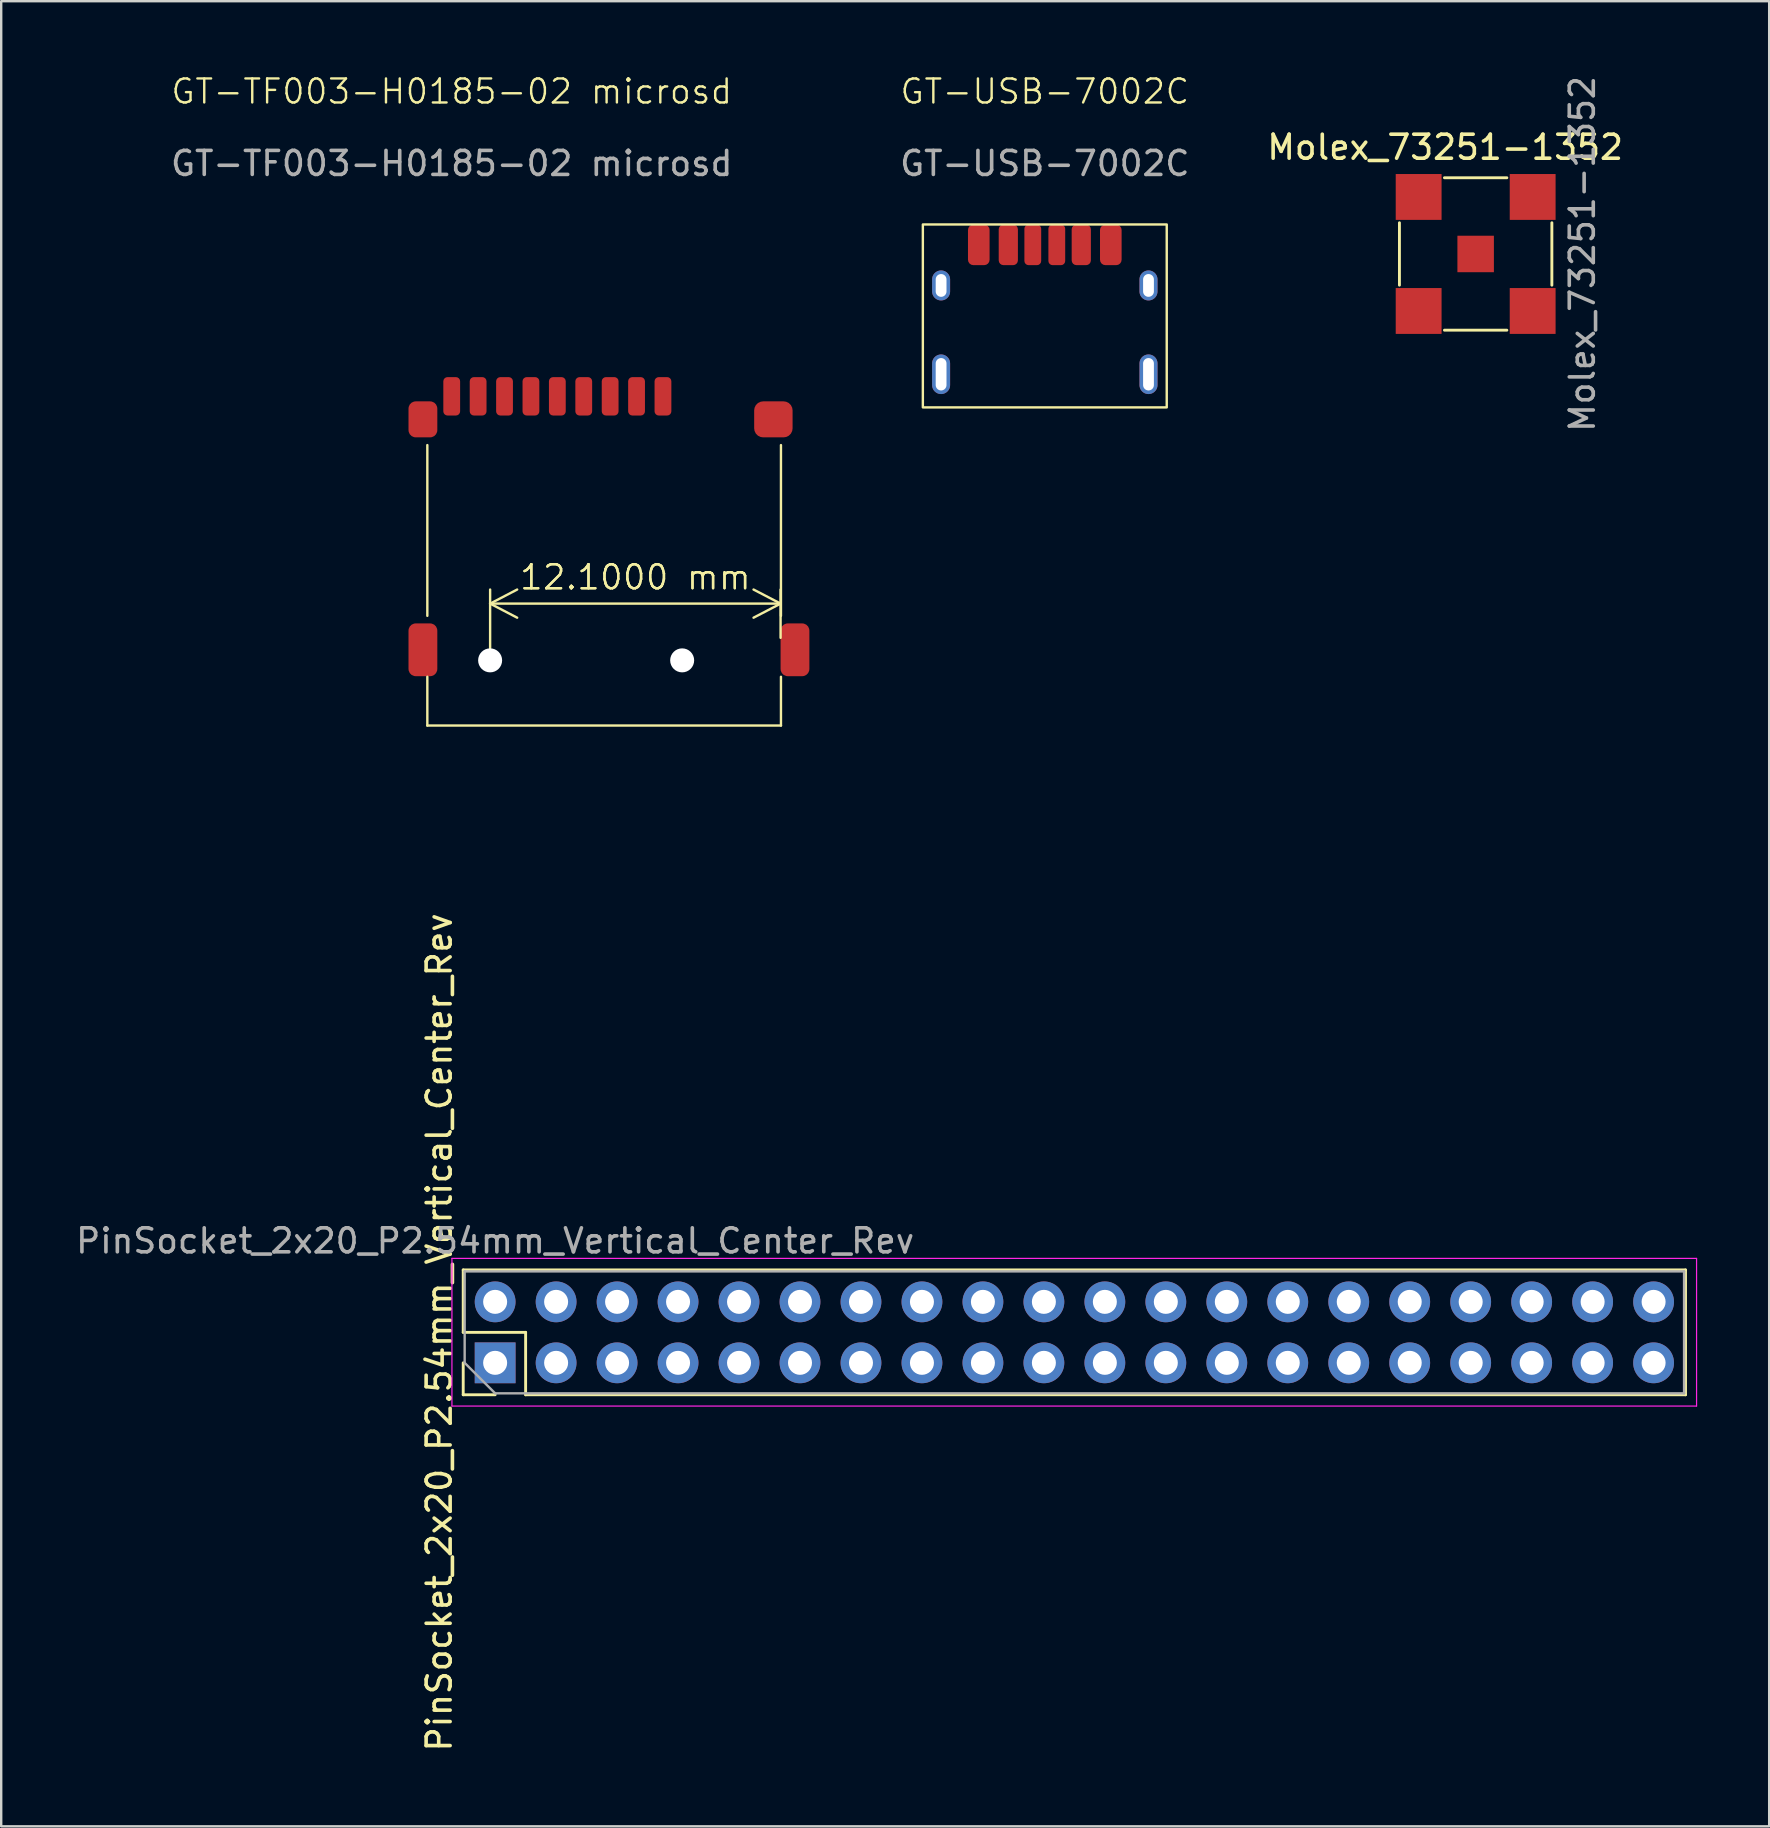
<source format=kicad_pcb>
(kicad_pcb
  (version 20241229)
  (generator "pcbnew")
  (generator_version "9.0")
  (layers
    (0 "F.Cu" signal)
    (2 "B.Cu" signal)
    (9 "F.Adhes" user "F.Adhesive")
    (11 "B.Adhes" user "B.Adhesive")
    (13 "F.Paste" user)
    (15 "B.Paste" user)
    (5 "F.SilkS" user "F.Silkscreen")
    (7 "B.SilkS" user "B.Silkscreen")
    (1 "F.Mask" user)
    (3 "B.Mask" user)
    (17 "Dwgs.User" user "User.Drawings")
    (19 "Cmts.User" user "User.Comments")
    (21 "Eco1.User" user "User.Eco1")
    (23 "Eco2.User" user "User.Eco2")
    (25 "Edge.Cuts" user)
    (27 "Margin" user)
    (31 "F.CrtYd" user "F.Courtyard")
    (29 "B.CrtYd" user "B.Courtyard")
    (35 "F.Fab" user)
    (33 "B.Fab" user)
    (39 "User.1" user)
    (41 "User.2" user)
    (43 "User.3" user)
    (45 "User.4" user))
  (footprint "GT-USB-7002C"
    (layer "F.Cu")
    (at 40.475 8.841)
    (property "Reference" "GT-USB-7002C" (at 0 -8.08 0) (unlocked yes) (layer "F.SilkS") (effects (font (size 1 1) (thickness 0.1))))
    (attr smd)
    (fp_rect (start -5.08 -2.54) (end 5.08 5.08) (stroke (width 0.1) (type default)) (fill no) (layer "F.SilkS"))
    (fp_text user "${REFERENCE}" (at 0 -5.08 0) (unlocked yes) (layer "F.Fab") (effects (font (size 1 1) (thickness 0.15))))
    (pad "4" thru_hole oval (at -4.32 0) (size 0.75 1.25) (drill oval 0.45 0.95) (layers "*.Cu" "*.Mask"))
    (pad "4" thru_hole oval (at -4.32 3.7) (size 0.75 1.65) (drill oval 0.45 1.35) (layers "*.Cu" "*.Mask"))
    (pad "4" thru_hole oval (at 4.32 0) (size 0.75 1.25) (drill oval 0.45 0.95) (layers "*.Cu" "*.Mask"))
    (pad "4" thru_hole oval (at 4.32 3.7) (size 0.75 1.65) (drill oval 0.45 1.35) (layers "*.Cu" "*.Mask"))
    (pad "A05" smd roundrect (at -0.5 -1.69) (size 0.7 1.69) (layers "F.Cu" "F.Mask" "F.Paste") (roundrect_rratio 0.25))
    (pad "A09" smd roundrect (at 1.52 -1.69) (size 0.8 1.69) (layers "F.Cu" "F.Mask" "F.Paste") (roundrect_rratio 0.25))
    (pad "A12" smd roundrect (at 2.75 -1.69) (size 0.9 1.69) (layers "F.Cu" "F.Mask" "F.Paste") (roundrect_rratio 0.25))
    (pad "B05" smd roundrect (at 0.5 -1.69) (size 0.7 1.69) (layers "F.Cu" "F.Mask" "F.Paste") (roundrect_rratio 0.25))
    (pad "B09" smd roundrect (at -1.52 -1.69) (size 0.8 1.69) (layers "F.Cu" "F.Mask" "F.Paste") (roundrect_rratio 0.25))
    (pad "B12" smd roundrect (at -2.75 -1.69) (size 0.9 1.69) (layers "F.Cu" "F.Mask" "F.Paste") (roundrect_rratio 0.25)))
  (footprint "PinSocket_2x20_P2.54mm_Vertical_Center_Rev"
    (layer "F.Cu")
    (at 41.707 52.454)
    (property "Reference" "PinSocket_2x20_P2.54mm_Vertical_Center_Rev" (at -26.46 0 90) (layer "F.SilkS") (effects (font (size 1 1) (thickness 0.15))))
    (attr through_hole)
    (fp_line (start -25.46 -2.6) (end 25.46 -2.6) (stroke (width 0.12) (type solid)) (layer "F.SilkS"))
    (fp_line (start -25.46 0) (end -25.46 -2.6) (stroke (width 0.12) (type solid)) (layer "F.SilkS"))
    (fp_line (start -25.46 2.6) (end -25.46 1.27) (stroke (width 0.12) (type solid)) (layer "F.SilkS"))
    (fp_line (start -24.13 2.6) (end -25.46 2.6) (stroke (width 0.12) (type solid)) (layer "F.SilkS"))
    (fp_line (start -22.86 0) (end -25.46 0) (stroke (width 0.12) (type solid)) (layer "F.SilkS"))
    (fp_line (start -22.86 2.6) (end -22.86 0) (stroke (width 0.12) (type solid)) (layer "F.SilkS"))
    (fp_line (start -22.86 2.6) (end 25.46 2.6) (stroke (width 0.12) (type solid)) (layer "F.SilkS"))
    (fp_line (start 25.46 2.6) (end 25.46 -2.6) (stroke (width 0.12) (type solid)) (layer "F.SilkS"))
    (fp_line (start -25.93 -3.08) (end -25.93 3.07) (stroke (width 0.05) (type solid)) (layer "F.CrtYd"))
    (fp_line (start -25.93 3.07) (end 25.92 3.07) (stroke (width 0.05) (type solid)) (layer "F.CrtYd"))
    (fp_line (start 25.92 -3.08) (end -25.93 -3.08) (stroke (width 0.05) (type solid)) (layer "F.CrtYd"))
    (fp_line (start 25.92 3.07) (end 25.92 -3.08) (stroke (width 0.05) (type solid)) (layer "F.CrtYd"))
    (fp_line (start -25.4 -2.54) (end 25.4 -2.54) (stroke (width 0.1) (type solid)) (layer "F.Fab"))
    (fp_line (start -25.4 1.27) (end -25.4 -2.54) (stroke (width 0.1) (type solid)) (layer "F.Fab"))
    (fp_line (start -24.13 2.54) (end -25.4 1.27) (stroke (width 0.1) (type solid)) (layer "F.Fab"))
    (fp_line (start 25.4 -2.54) (end 25.4 2.54) (stroke (width 0.1) (type solid)) (layer "F.Fab"))
    (fp_line (start 25.4 2.54) (end -24.13 2.54) (stroke (width 0.1) (type solid)) (layer "F.Fab"))
    (fp_text user "${REFERENCE}" (at -24.13 -3.81 180) (layer "F.Fab") (effects (font (size 1 1) (thickness 0.15))))
    (pad "1" thru_hole rect (at -24.13 1.27 90) (size 1.7 1.7) (drill 1) (layers "*.Cu" "*.Mask"))
    (pad "2" thru_hole oval (at -24.13 -1.27 90) (size 1.7 1.7) (drill 1) (layers "*.Cu" "*.Mask"))
    (pad "3" thru_hole oval (at -21.59 1.27 90) (size 1.7 1.7) (drill 1) (layers "*.Cu" "*.Mask"))
    (pad "4" thru_hole oval (at -21.59 -1.27 90) (size 1.7 1.7) (drill 1) (layers "*.Cu" "*.Mask"))
    (pad "5" thru_hole oval (at -19.05 1.27 90) (size 1.7 1.7) (drill 1) (layers "*.Cu" "*.Mask"))
    (pad "6" thru_hole oval (at -19.05 -1.27 90) (size 1.7 1.7) (drill 1) (layers "*.Cu" "*.Mask"))
    (pad "7" thru_hole oval (at -16.51 1.27 90) (size 1.7 1.7) (drill 1) (layers "*.Cu" "*.Mask"))
    (pad "8" thru_hole oval (at -16.51 -1.27 90) (size 1.7 1.7) (drill 1) (layers "*.Cu" "*.Mask"))
    (pad "9" thru_hole oval (at -13.97 1.27 90) (size 1.7 1.7) (drill 1) (layers "*.Cu" "*.Mask"))
    (pad "10" thru_hole oval (at -13.97 -1.27 90) (size 1.7 1.7) (drill 1) (layers "*.Cu" "*.Mask"))
    (pad "11" thru_hole oval (at -11.43 1.27 90) (size 1.7 1.7) (drill 1) (layers "*.Cu" "*.Mask"))
    (pad "12" thru_hole oval (at -11.43 -1.27 90) (size 1.7 1.7) (drill 1) (layers "*.Cu" "*.Mask"))
    (pad "13" thru_hole oval (at -8.89 1.27 90) (size 1.7 1.7) (drill 1) (layers "*.Cu" "*.Mask"))
    (pad "14" thru_hole oval (at -8.89 -1.27 90) (size 1.7 1.7) (drill 1) (layers "*.Cu" "*.Mask"))
    (pad "15" thru_hole oval (at -6.35 1.27 90) (size 1.7 1.7) (drill 1) (layers "*.Cu" "*.Mask"))
    (pad "16" thru_hole oval (at -6.35 -1.27 90) (size 1.7 1.7) (drill 1) (layers "*.Cu" "*.Mask"))
    (pad "17" thru_hole oval (at -3.81 1.27 90) (size 1.7 1.7) (drill 1) (layers "*.Cu" "*.Mask"))
    (pad "18" thru_hole oval (at -3.81 -1.27 90) (size 1.7 1.7) (drill 1) (layers "*.Cu" "*.Mask"))
    (pad "19" thru_hole oval (at -1.27 1.27 90) (size 1.7 1.7) (drill 1) (layers "*.Cu" "*.Mask"))
    (pad "20" thru_hole oval (at -1.27 -1.27 90) (size 1.7 1.7) (drill 1) (layers "*.Cu" "*.Mask"))
    (pad "21" thru_hole oval (at 1.27 1.27 90) (size 1.7 1.7) (drill 1) (layers "*.Cu" "*.Mask"))
    (pad "22" thru_hole oval (at 1.27 -1.27 90) (size 1.7 1.7) (drill 1) (layers "*.Cu" "*.Mask"))
    (pad "23" thru_hole oval (at 3.81 1.27 90) (size 1.7 1.7) (drill 1) (layers "*.Cu" "*.Mask"))
    (pad "24" thru_hole oval (at 3.81 -1.27 90) (size 1.7 1.7) (drill 1) (layers "*.Cu" "*.Mask"))
    (pad "25" thru_hole oval (at 6.35 1.27 90) (size 1.7 1.7) (drill 1) (layers "*.Cu" "*.Mask"))
    (pad "26" thru_hole oval (at 6.35 -1.27 90) (size 1.7 1.7) (drill 1) (layers "*.Cu" "*.Mask"))
    (pad "27" thru_hole oval (at 8.89 1.27 90) (size 1.7 1.7) (drill 1) (layers "*.Cu" "*.Mask"))
    (pad "28" thru_hole oval (at 8.89 -1.27 90) (size 1.7 1.7) (drill 1) (layers "*.Cu" "*.Mask"))
    (pad "29" thru_hole oval (at 11.43 1.27 90) (size 1.7 1.7) (drill 1) (layers "*.Cu" "*.Mask"))
    (pad "30" thru_hole oval (at 11.43 -1.27 90) (size 1.7 1.7) (drill 1) (layers "*.Cu" "*.Mask"))
    (pad "31" thru_hole oval (at 13.97 1.27 90) (size 1.7 1.7) (drill 1) (layers "*.Cu" "*.Mask"))
    (pad "32" thru_hole oval (at 13.97 -1.27 90) (size 1.7 1.7) (drill 1) (layers "*.Cu" "*.Mask"))
    (pad "33" thru_hole oval (at 16.51 1.27 90) (size 1.7 1.7) (drill 1) (layers "*.Cu" "*.Mask"))
    (pad "34" thru_hole oval (at 16.51 -1.27 90) (size 1.7 1.7) (drill 1) (layers "*.Cu" "*.Mask"))
    (pad "35" thru_hole oval (at 19.05 1.27 90) (size 1.7 1.7) (drill 1) (layers "*.Cu" "*.Mask"))
    (pad "36" thru_hole oval (at 19.05 -1.27 90) (size 1.7 1.7) (drill 1) (layers "*.Cu" "*.Mask"))
    (pad "37" thru_hole oval (at 21.59 1.27 90) (size 1.7 1.7) (drill 1) (layers "*.Cu" "*.Mask"))
    (pad "38" thru_hole oval (at 21.59 -1.27 90) (size 1.7 1.7) (drill 1) (layers "*.Cu" "*.Mask"))
    (pad "39" thru_hole oval (at 24.13 1.27 90) (size 1.7 1.7) (drill 1) (layers "*.Cu" "*.Mask"))
    (pad "40" thru_hole oval (at 24.13 -1.27 90) (size 1.7 1.7) (drill 1) (layers "*.Cu" "*.Mask")))
  (footprint "Molex_73251-1352"
    (layer "F.Cu")
    (at 58.424 7.53)
    (property "Reference" "Molex_73251-1352" (at -1.27 -4.445 0) (unlocked yes) (layer "F.SilkS") (effects (font (size 1 1) (thickness 0.15))))
    (attr smd)
    (fp_line (start -3.175 1.3) (end -3.175 -1.3) (stroke (width 0.12) (type solid)) (layer "F.SilkS"))
    (fp_line (start -1.3 -3.175) (end 1.3 -3.175) (stroke (width 0.12) (type solid)) (layer "F.SilkS"))
    (fp_line (start -1.3 3.175) (end 1.3 3.175) (stroke (width 0.12) (type solid)) (layer "F.SilkS"))
    (fp_line (start 3.175 1.3) (end 3.175 -1.3) (stroke (width 0.12) (type solid)) (layer "F.SilkS"))
    (fp_text user "${REFERENCE}" (at 4.445 0 90) (unlocked yes) (layer "F.Fab") (effects (font (size 1 1) (thickness 0.15))))
    (pad "1" smd rect (at -2.375 -2.375) (size 1.91 1.91) (layers "F.Cu" "F.Mask" "F.Paste"))
    (pad "2" smd rect (at 2.375 -2.375) (size 1.91 1.91) (layers "F.Cu" "F.Mask" "F.Paste"))
    (pad "3" smd rect (at 2.375 2.375) (size 1.91 1.91) (layers "F.Cu" "F.Mask" "F.Paste"))
    (pad "4" smd rect (at -2.375 2.375) (size 1.91 1.91) (layers "F.Cu" "F.Mask" "F.Paste"))
    (pad "5" smd rect (at 0 0) (size 1.52 1.52) (layers "F.Cu" "F.Mask" "F.Paste")))
  (footprint "GT-TF003-H0185-02 microsd"
    (layer "F.Cu")
    (at 15.768 16)
    (property "Reference" "GT-TF003-H0185-02 microsd" (at 0 -15.24 0) (unlocked yes) (layer "F.SilkS") (effects (font (size 1 1) (thickness 0.1))))
    (attr smd)
    (fp_line (start -1.016 -0.508) (end -1.016 6.604) (stroke (width 0.1) (type default)) (layer "F.SilkS"))
    (fp_line (start -1.016 11.176) (end -1.016 9.144) (stroke (width 0.1) (type default)) (layer "F.SilkS"))
    (fp_line (start 13.716 6.604) (end 13.716 -0.508) (stroke (width 0.1) (type default)) (layer "F.SilkS"))
    (fp_line (start 13.716 9.144) (end 13.716 11.176) (stroke (width 0.1) (type default)) (layer "F.SilkS"))
    (fp_line (start 13.716 11.176) (end -1.016 11.176) (stroke (width 0.1) (type default)) (layer "F.SilkS"))
    (fp_text user "${REFERENCE}" (at 0 -12.24 0) (unlocked yes) (layer "F.Fab") (effects (font (size 1 1) (thickness 0.15))))
    (dimension (type orthogonal) (layer "F.SilkS") (pts (xy 17.368 24.46) (xy 29.468 24.02)) (height -2.364) (orientation 0) (format (prefix "") (suffix "") (units 3) (units_format 1) (precision 4)) (style (thickness 0.1) (arrow_length 1.27) (text_position_mode 0) (arrow_direction outward) (extension_height 0.586) (extension_offset 0.5) (keep_text_aligned yes)) (gr_text "12.1000 mm" (at 23.418 20.997 0) (layer "F.SilkS") (effects (font (size 1 1) (thickness 0.1)))))
    (dimension (type orthogonal) (layer "User.1") (pts (xy 16.168 24.46) (xy 14.568 15.171)) (height -10.56) (orientation 1) (format (prefix "") (suffix "") (units 3) (units_format 1) (precision 4)) (style (thickness 0.1) (arrow_length 1.27) (text_position_mode 0) (arrow_direction outward) (extension_height 0.586) (extension_offset 0.5) (keep_text_aligned yes)) (gr_text "9.2900 mm" (at 4.458 19.816 90) (layer "User.1") (effects (font (size 1 1) (thickness 0.15)))))
    (dimension (type orthogonal) (layer "User.1") (pts (xy 15.168 15.171) (xy 29.468 15.171)) (height 0) (orientation 0) (format (prefix "") (suffix "") (units 3) (units_format 1) (precision 4)) (style (thickness 0.1) (arrow_length 1.27) (text_position_mode 0) (arrow_direction outward) (extension_height 0.586) (extension_offset 0.5) (keep_text_aligned yes)) (gr_text "14.3000 mm" (at 22.318 14.021 0) (layer "User.1") (effects (font (size 1 1) (thickness 0.15)))))
    (dimension (type orthogonal) (layer "User.1") (pts (xy 15.768 13.46) (xy 15.168 14.421)) (height -5.08) (orientation 0) (format (prefix "") (suffix "") (units 3) (units_format 1) (precision 4)) (style (thickness 0.1) (arrow_length 1.27) (text_position_mode 0) (arrow_direction outward) (extension_height 0.586) (extension_offset 0.5) (keep_text_aligned yes)) (gr_text "0.6000 mm" (at 15.468 7.231 0) (layer "User.1") (effects (font (size 1 1) (thickness 0.15)))))
    (dimension (type orthogonal) (layer "User.1") (pts (xy 15.768 13.46) (xy 24.568 13.46)) (height -2.54) (orientation 0) (format (prefix "") (suffix "") (units 3) (units_format 1) (precision 4)) (style (thickness 0.1) (arrow_length 1.27) (text_position_mode 0) (arrow_direction outward) (extension_height 0.586) (extension_offset 0.5) (keep_text_aligned yes)) (gr_text "8.8000 mm" (at 20.168 9.771 0) (layer "User.1") (effects (font (size 1 1) (thickness 0.15)))))
    (dimension (type orthogonal) (layer "User.1") (pts (xy 16.168 24.46) (xy 16.118 14.261)) (height -5.48) (orientation 1) (format (prefix "") (suffix "") (units 3) (units_format 1) (precision 4)) (style (thickness 0.1) (arrow_length 1.27) (text_position_mode 0) (arrow_direction outward) (extension_height 0.586) (extension_offset 0.5) (keep_text_aligned yes)) (gr_text "10.2000 mm" (at 9.538 19.36 90) (layer "User.1") (effects (font (size 1 1) (thickness 0.15)))))
    (dimension (type orthogonal) (layer "User.2") (pts (xy 14.568 15.171) (xy 14.568 25.12)) (height -3.88) (orientation 1) (format (prefix "") (suffix "") (units 3) (units_format 1) (precision 4)) (style (thickness 0.1) (arrow_length 1.27) (text_position_mode 0) (arrow_direction outward) (extension_height 0.586) (extension_offset 0.5) (keep_text_aligned yes)) (gr_text "9.9500 mm" (at 9.538 20.145 90) (layer "User.2") (effects (font (size 1 1) (thickness 0.15)))))
    (dimension (type orthogonal) (layer "User.2") (pts (xy 15.168 25.12) (xy 17.368 24.46)) (height 3.58) (orientation 0) (format (prefix "") (suffix "") (units 3) (units_format 1) (precision 4)) (style (thickness 0.1) (arrow_length 1.27) (text_position_mode 0) (arrow_direction outward) (extension_height 0.586) (extension_offset 0.5) (keep_text_aligned yes)) (gr_text "2.2000 mm" (at 16.268 27.55 0) (layer "User.2") (effects (font (size 1 1) (thickness 0.15)))))
    (dimension (type orthogonal) (layer "User.2") (pts (xy 17.368 24.46) (xy 25.368 24.46)) (height 6.78) (orientation 0) (format (prefix "") (suffix "") (units 3) (units_format 1) (precision 4)) (style (thickness 0.1) (arrow_length 1.27) (text_position_mode 0) (arrow_direction outward) (extension_height 0.586) (extension_offset 0.5) (keep_text_aligned yes)) (gr_text "8.0000 mm" (at 21.368 30.09 0) (layer "User.2") (effects (font (size 1 1) (thickness 0.15)))))
    (dimension (type orthogonal) (layer "User.2") (pts (xy 28.368 14.421) (xy 25.368 24.46)) (height -3.5) (orientation 0) (format (prefix "") (suffix "") (units 3) (units_format 1) (precision 4)) (style (thickness 0.1) (arrow_length 1.27) (text_position_mode 0) (arrow_direction outward) (extension_height 0.586) (extension_offset 0.5) (keep_text_aligned yes)) (gr_text "3.0000 mm" (at 26.868 9.771 0) (layer "User.2") (effects (font (size 1 1) (thickness 0.15)))))
    (pad "" np_thru_hole circle (at 1.6 8.46) (size 1 1) (drill 1) (layers "*.Cu" "*.Mask"))
    (pad "" np_thru_hole circle (at 9.6 8.46) (size 1 1) (drill 1) (layers "*.Cu" "*.Mask"))
    (pad "1" smd roundrect (at -1.2 -1.58) (size 1.2 1.5) (layers "F.Cu" "F.Mask" "F.Paste") (roundrect_rratio 0.25))
    (pad "1" smd roundrect (at -1.2 8.02) (size 1.2 2.2) (layers "F.Cu" "F.Mask" "F.Paste") (roundrect_rratio 0.25))
    (pad "1" smd roundrect (at 8.8 -2.54) (size 0.7 1.6) (layers "F.Cu" "F.Mask" "F.Paste") (roundrect_rratio 0.25))
    (pad "1" smd roundrect (at 13.4 -1.58) (size 1.6 1.5) (layers "F.Cu" "F.Mask" "F.Paste") (roundrect_rratio 0.25))
    (pad "1" smd roundrect (at 14.3 8.02) (size 1.2 2.2) (layers "F.Cu" "F.Mask" "F.Paste") (roundrect_rratio 0.25))
    (pad "2" smd roundrect (at 7.7 -2.54) (size 0.7 1.6) (layers "F.Cu" "F.Mask" "F.Paste") (roundrect_rratio 0.25))
    (pad "3" smd roundrect (at 6.6 -2.54) (size 0.7 1.6) (layers "F.Cu" "F.Mask" "F.Paste") (roundrect_rratio 0.25))
    (pad "4" smd roundrect (at 5.5 -2.54) (size 0.7 1.6) (layers "F.Cu" "F.Mask" "F.Paste") (roundrect_rratio 0.25))
    (pad "5" smd roundrect (at 4.4 -2.54) (size 0.7 1.6) (layers "F.Cu" "F.Mask" "F.Paste") (roundrect_rratio 0.25))
    (pad "6" smd roundrect (at 3.3 -2.54) (size 0.7 1.6) (layers "F.Cu" "F.Mask" "F.Paste") (roundrect_rratio 0.25))
    (pad "7" smd roundrect (at 2.2 -2.54) (size 0.7 1.6) (layers "F.Cu" "F.Mask" "F.Paste") (roundrect_rratio 0.25))
    (pad "8" smd roundrect (at 1.1 -2.54) (size 0.7 1.6) (layers "F.Cu" "F.Mask" "F.Paste") (roundrect_rratio 0.25))
    (pad "cd" smd roundrect (at 0 -2.54) (size 0.7 1.6) (layers "F.Cu" "F.Mask" "F.Paste") (roundrect_rratio 0.25)))
  (gr_rect
    (start -3 -3)
    (end 70.652 73.032)
    (stroke (width 0.1) (type default))
    (fill no)
    (layer "Edge.Cuts")))
</source>
